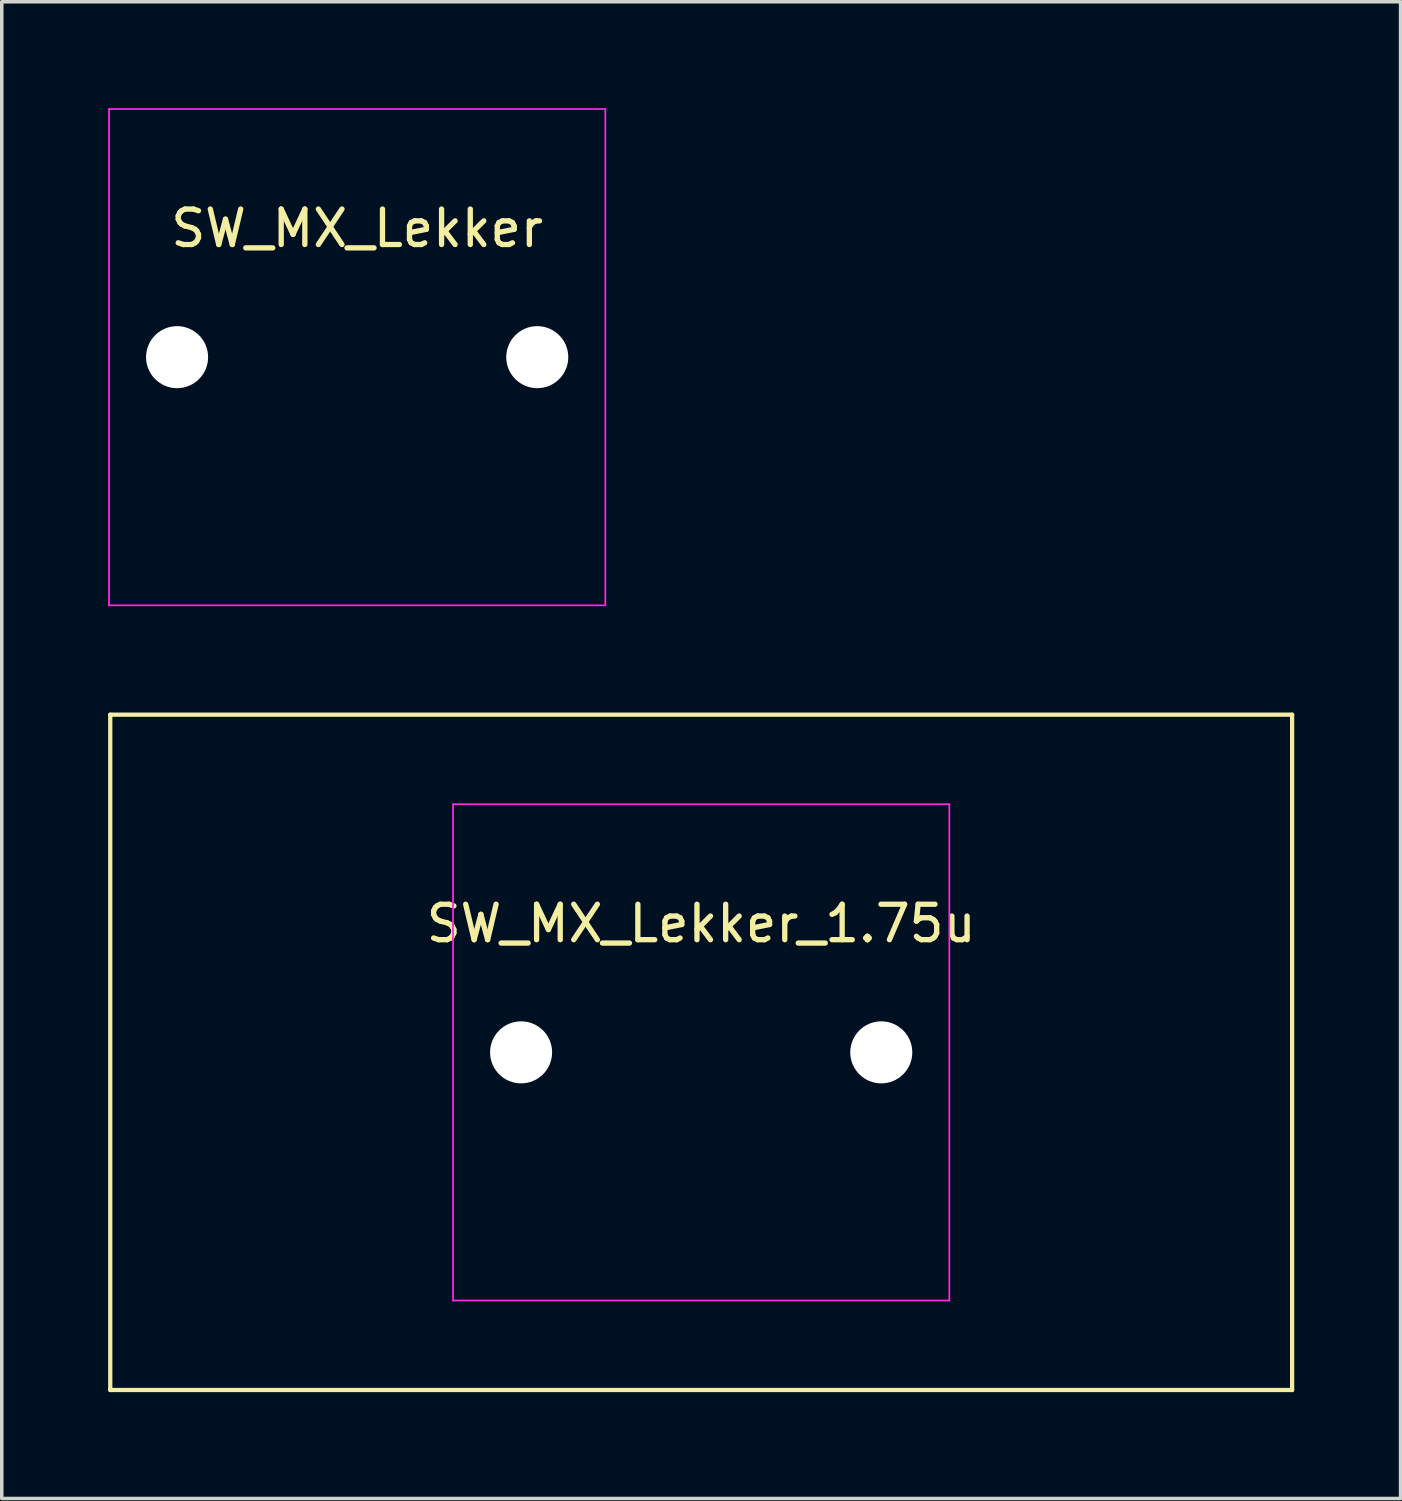
<source format=kicad_pcb>
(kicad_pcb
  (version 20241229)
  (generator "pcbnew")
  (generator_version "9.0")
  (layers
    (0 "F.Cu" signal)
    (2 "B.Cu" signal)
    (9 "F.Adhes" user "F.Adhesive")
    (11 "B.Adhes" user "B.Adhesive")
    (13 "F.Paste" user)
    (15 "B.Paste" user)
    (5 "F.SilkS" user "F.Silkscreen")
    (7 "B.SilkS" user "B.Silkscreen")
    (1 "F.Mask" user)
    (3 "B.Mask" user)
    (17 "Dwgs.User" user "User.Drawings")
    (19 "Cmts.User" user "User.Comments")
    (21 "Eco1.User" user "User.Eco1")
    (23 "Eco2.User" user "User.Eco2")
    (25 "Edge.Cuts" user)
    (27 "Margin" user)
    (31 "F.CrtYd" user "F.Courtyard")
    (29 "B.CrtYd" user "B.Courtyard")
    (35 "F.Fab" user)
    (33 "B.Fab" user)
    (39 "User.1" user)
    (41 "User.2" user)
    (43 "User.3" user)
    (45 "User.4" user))
  (footprint "SW_MX_Lekker_1.75u"
    (layer "F.Cu")
    (at 16.729 26.635)
    (property "Reference" "SW_MX_Lekker_1.75u" (at 0 -3.048 0) (layer "F.SilkS") (effects (font (size 1 1) (thickness 0.15)) (justify bottom)))
    (attr smd exclude_from_pos_files exclude_from_bom)
    (fp_line (start -16.669 -9.525) (end -16.669 9.525) (stroke (width 0.12) (type solid)) (layer "F.SilkS"))
    (fp_line (start -16.669 9.525) (end 16.669 9.525) (stroke (width 0.12) (type solid)) (layer "F.SilkS"))
    (fp_line (start 16.669 -9.525) (end -16.669 -9.525) (stroke (width 0.12) (type solid)) (layer "F.SilkS"))
    (fp_line (start 16.669 9.525) (end 16.669 -9.525) (stroke (width 0.12) (type solid)) (layer "F.SilkS"))
    (fp_line (start -7 6.5) (end -7 -6.5) (stroke (width 0.05) (type solid)) (layer "Eco2.User"))
    (fp_line (start -6.5 -7) (end 6.5 -7) (stroke (width 0.05) (type solid)) (layer "Eco2.User"))
    (fp_line (start 6.5 7) (end -6.5 7) (stroke (width 0.05) (type solid)) (layer "Eco2.User"))
    (fp_line (start 7 -6.5) (end 7 6.5) (stroke (width 0.05) (type solid)) (layer "Eco2.User"))
    (fp_arc (start -7 -6.5) (mid -6.853553 -6.853553) (end -6.5 -7) (stroke (width 0.05) (type solid)) (layer "Eco2.User"))
    (fp_arc (start -6.5 7) (mid -6.853553 6.853553) (end -7 6.5) (stroke (width 0.05) (type solid)) (layer "Eco2.User"))
    (fp_arc (start 6.5 -7) (mid 6.853553 -6.853553) (end 7 -6.5) (stroke (width 0.05) (type solid)) (layer "Eco2.User"))
    (fp_arc (start 6.997236 6.498884) (mid 6.850789 6.852437) (end 6.497236 6.998884) (stroke (width 0.05) (type solid)) (layer "Eco2.User"))
    (fp_line (start -7 -7) (end -7 7) (stroke (width 0.05) (type solid)) (layer "F.CrtYd"))
    (fp_line (start -7 7) (end 7 7) (stroke (width 0.05) (type solid)) (layer "F.CrtYd"))
    (fp_line (start 7 -7) (end -7 -7) (stroke (width 0.05) (type solid)) (layer "F.CrtYd"))
    (fp_line (start 7 7) (end 7 -7) (stroke (width 0.05) (type solid)) (layer "F.CrtYd"))
    (pad "" np_thru_hole circle (at -5.08 0) (size 1.75 1.75) (drill 1.75) (layers "*.Cu" "*.Mask"))
    (pad "" np_thru_hole circle (at 5.08 0) (size 1.75 1.75) (drill 1.75) (layers "*.Cu" "*.Mask"))
    (zone (net_name "") (layer "F.Cu") (hatch edge 0.5) (connect_pads) (min_thickness 0.25) (filled_areas_thickness no) (keepout (tracks not_allowed) (vias not_allowed) (pads not_allowed) (copperpour not_allowed) (footprints allowed)) (placement (enabled no)) (fill) (polygon (pts (xy 14.189 25.365) (xy 15.459 24.095) (xy 17.999 24.095) (xy 19.269 25.365) (xy 19.269 27.905) (xy 17.999 29.175) (xy 15.459 29.175) (xy 14.189 27.905)))))
  (footprint "SW_MX_Lekker"
    (layer "F.Cu")
    (at 7.025 7.025)
    (property "Reference" "SW_MX_Lekker" (at 0 -3.048 0) (layer "F.SilkS") (effects (font (size 1 1) (thickness 0.15)) (justify bottom)))
    (attr smd exclude_from_pos_files exclude_from_bom)
    (fp_line (start -7 6.5) (end -7 -6.5) (stroke (width 0.05) (type solid)) (layer "Eco2.User"))
    (fp_line (start -6.5 -7) (end 6.5 -7) (stroke (width 0.05) (type solid)) (layer "Eco2.User"))
    (fp_line (start 6.5 7) (end -6.5 7) (stroke (width 0.05) (type solid)) (layer "Eco2.User"))
    (fp_line (start 7 -6.5) (end 7 6.5) (stroke (width 0.05) (type solid)) (layer "Eco2.User"))
    (fp_arc (start -7 -6.5) (mid -6.853553 -6.853553) (end -6.5 -7) (stroke (width 0.05) (type solid)) (layer "Eco2.User"))
    (fp_arc (start -6.5 7) (mid -6.853553 6.853553) (end -7 6.5) (stroke (width 0.05) (type solid)) (layer "Eco2.User"))
    (fp_arc (start 6.5 -7) (mid 6.853553 -6.853553) (end 7 -6.5) (stroke (width 0.05) (type solid)) (layer "Eco2.User"))
    (fp_arc (start 6.997236 6.498884) (mid 6.850789 6.852437) (end 6.497236 6.998884) (stroke (width 0.05) (type solid)) (layer "Eco2.User"))
    (fp_line (start -7 -7) (end -7 7) (stroke (width 0.05) (type solid)) (layer "F.CrtYd"))
    (fp_line (start -7 7) (end 7 7) (stroke (width 0.05) (type solid)) (layer "F.CrtYd"))
    (fp_line (start 7 -7) (end -7 -7) (stroke (width 0.05) (type solid)) (layer "F.CrtYd"))
    (fp_line (start 7 7) (end 7 -7) (stroke (width 0.05) (type solid)) (layer "F.CrtYd"))
    (pad "" np_thru_hole circle (at -5.08 0) (size 1.75 1.75) (drill 1.75) (layers "*.Cu" "*.Mask"))
    (pad "" np_thru_hole circle (at 5.08 0) (size 1.75 1.75) (drill 1.75) (layers "*.Cu" "*.Mask"))
    (zone (net_name "") (layer "F.Cu") (hatch edge 0.5) (connect_pads) (min_thickness 0.25) (filled_areas_thickness no) (keepout (tracks not_allowed) (vias not_allowed) (pads not_allowed) (copperpour not_allowed) (footprints allowed)) (placement (enabled no)) (fill) (polygon (pts (xy 4.485 5.755) (xy 5.755 4.485) (xy 8.295 4.485) (xy 9.565 5.755) (xy 9.565 8.295) (xy 8.295 9.565) (xy 5.755 9.565) (xy 4.485 8.295)))))
  (gr_rect
    (start -3 -3)
    (end 36.458 39.22)
    (stroke (width 0.1) (type default))
    (fill no)
    (layer "Edge.Cuts")))
</source>
